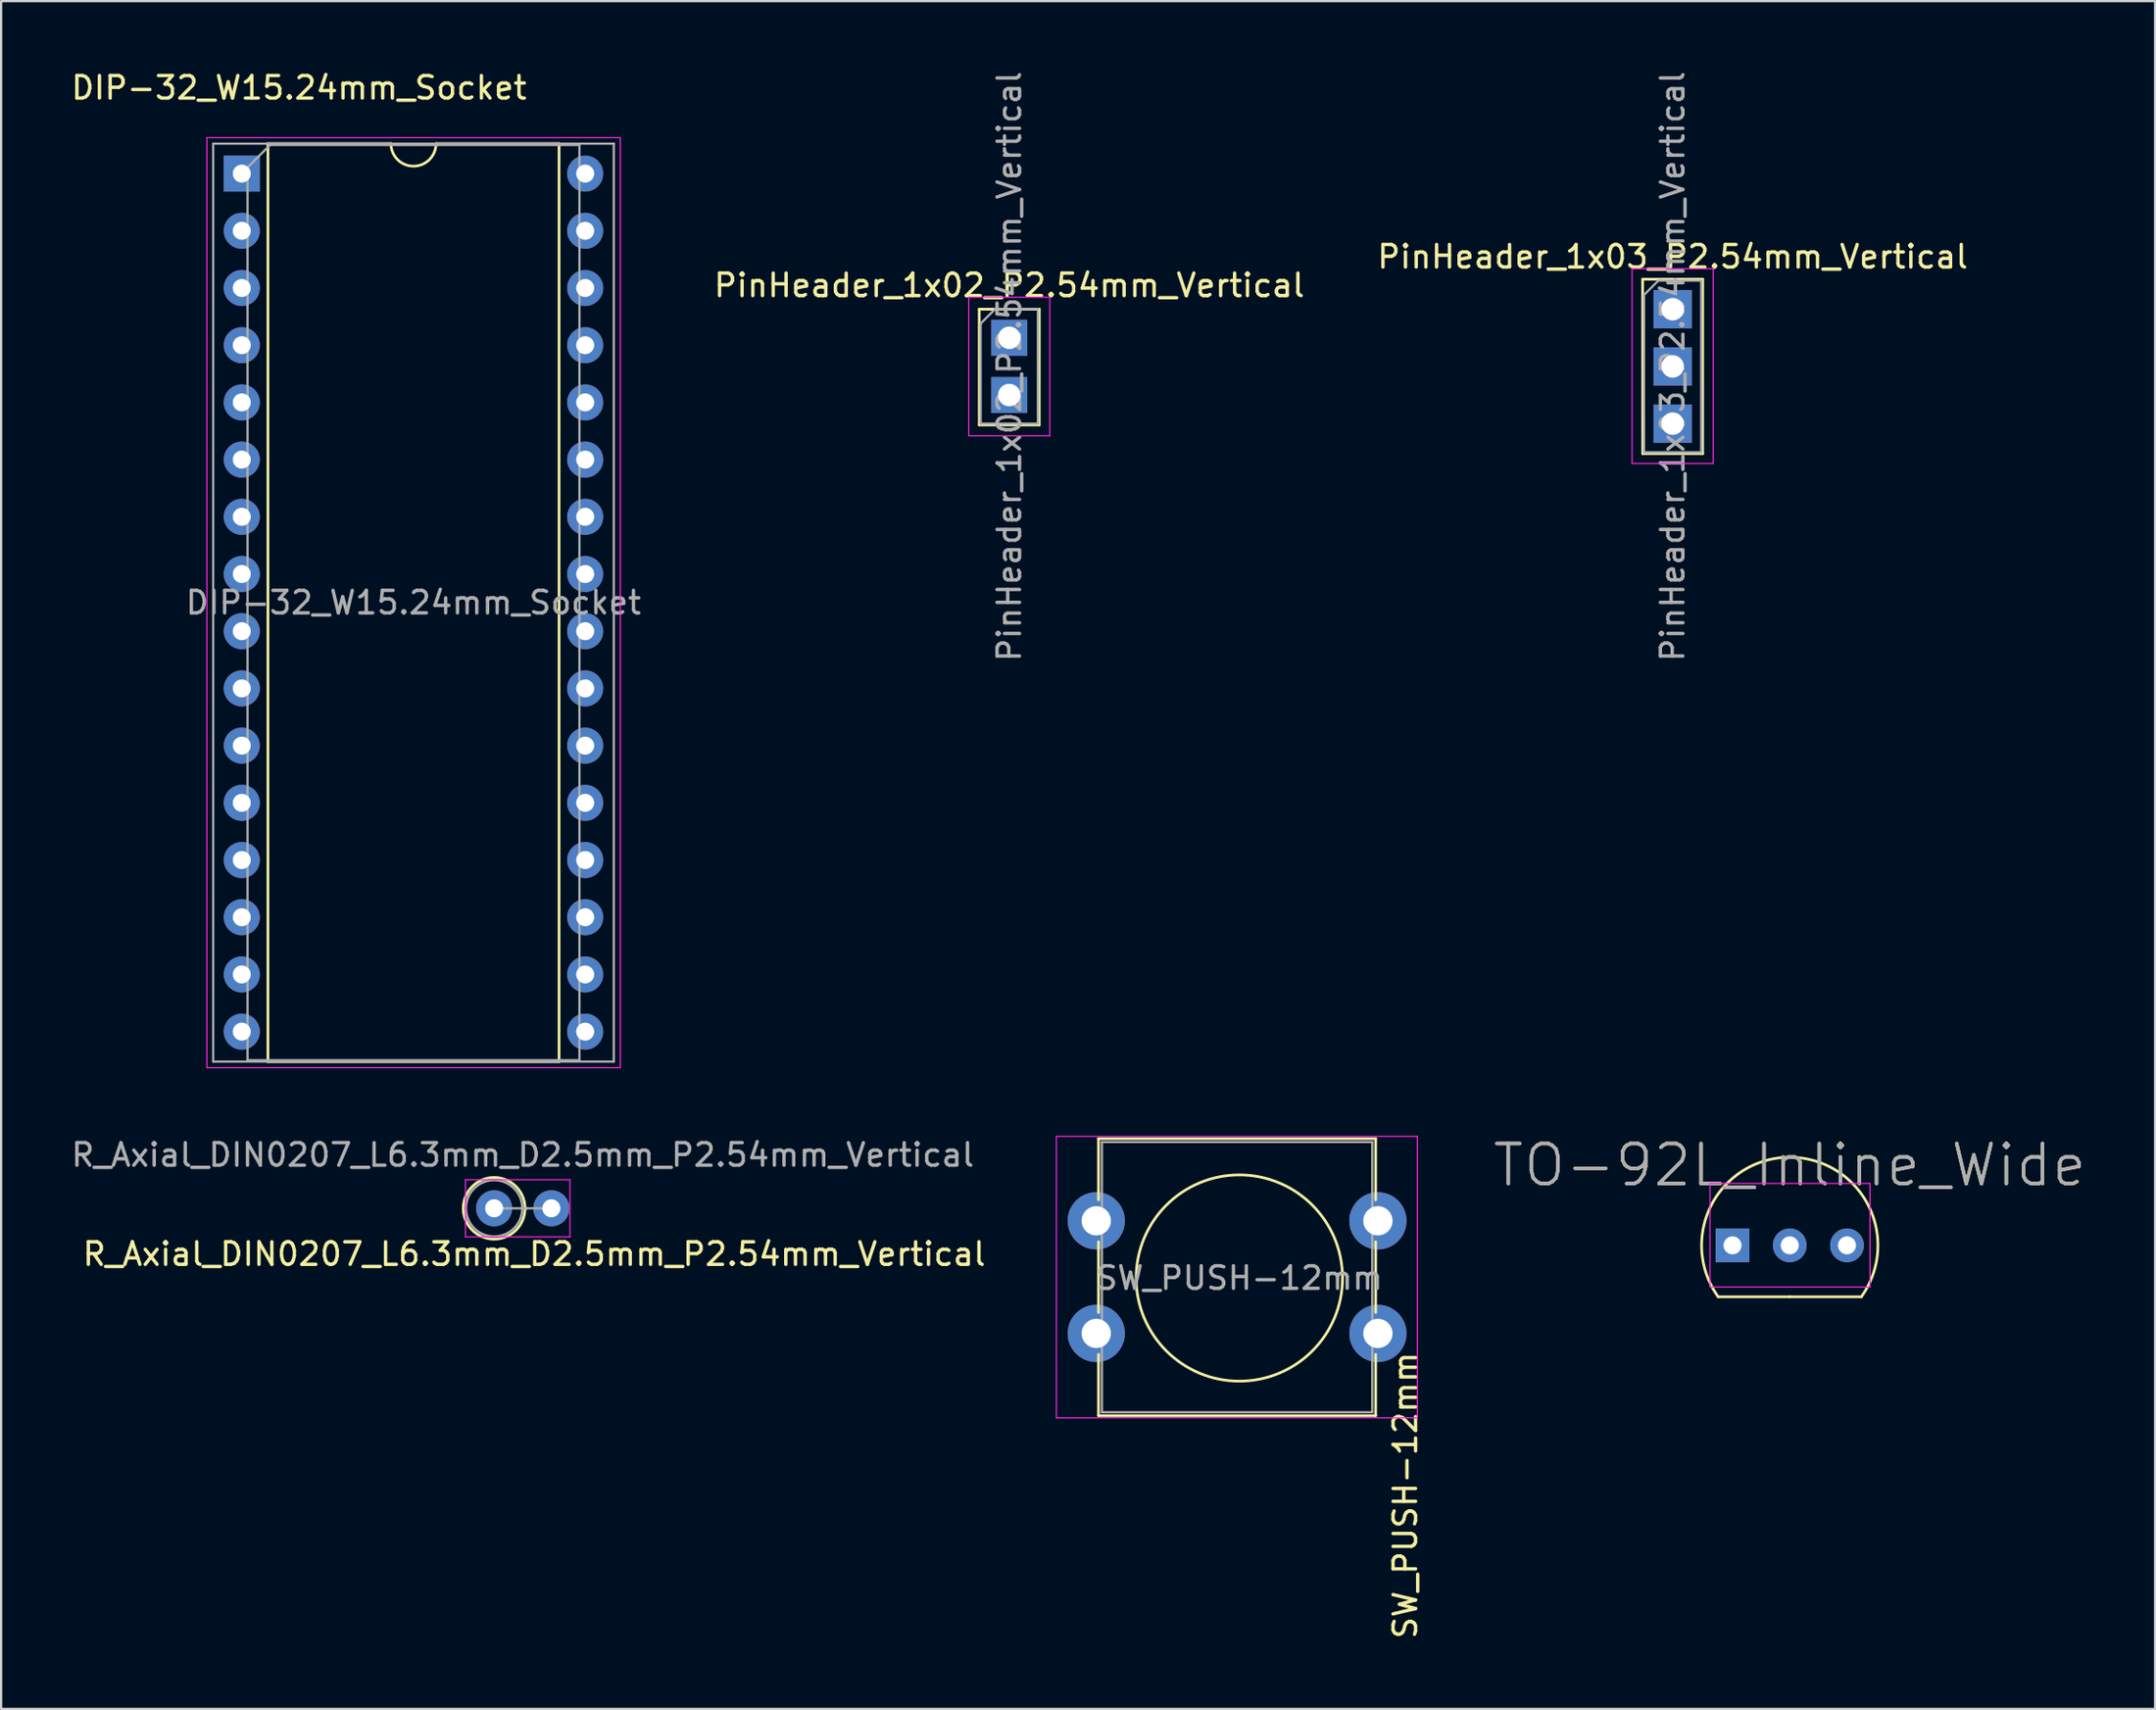
<source format=kicad_pcb>
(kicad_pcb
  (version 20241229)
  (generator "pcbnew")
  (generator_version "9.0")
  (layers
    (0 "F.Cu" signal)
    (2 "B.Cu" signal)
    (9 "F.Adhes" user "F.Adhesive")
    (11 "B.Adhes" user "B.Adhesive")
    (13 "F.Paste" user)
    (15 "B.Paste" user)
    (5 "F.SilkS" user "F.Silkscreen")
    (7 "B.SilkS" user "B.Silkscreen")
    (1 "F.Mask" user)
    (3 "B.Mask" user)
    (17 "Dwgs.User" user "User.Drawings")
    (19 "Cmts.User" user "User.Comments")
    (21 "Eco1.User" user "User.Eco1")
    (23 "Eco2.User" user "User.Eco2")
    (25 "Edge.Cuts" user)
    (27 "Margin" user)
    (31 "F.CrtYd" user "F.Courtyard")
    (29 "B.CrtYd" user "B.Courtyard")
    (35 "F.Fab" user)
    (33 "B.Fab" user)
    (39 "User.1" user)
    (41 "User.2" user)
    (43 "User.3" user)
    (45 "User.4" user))
  (footprint "PinHeader_1x02_P2.54mm_Vertical"
    (layer "F.Cu")
    (at 41.741 11.95)
    (property "Reference" "PinHeader_1x02_P2.54mm_Vertical" (at 0 -2.33 0) (layer "F.SilkS") (effects (font (size 1 1) (thickness 0.15))))
    (attr through_hole)
    (fp_line (start -1.333 -1.27) (end -1.33 3.87) (stroke (width 0.12) (type solid)) (layer "F.SilkS"))
    (fp_line (start -1.333 -1.27) (end 1.333 -1.27) (stroke (width 0.12) (type solid)) (layer "F.SilkS"))
    (fp_line (start -1.33 3.87) (end 1.33 3.87) (stroke (width 0.12) (type solid)) (layer "F.SilkS"))
    (fp_line (start 1.333 -1.27) (end 1.33 3.87) (stroke (width 0.12) (type solid)) (layer "F.SilkS"))
    (fp_line (start -1.8 -1.8) (end -1.8 4.35) (stroke (width 0.05) (type solid)) (layer "F.CrtYd"))
    (fp_line (start -1.8 4.35) (end 1.8 4.35) (stroke (width 0.05) (type solid)) (layer "F.CrtYd"))
    (fp_line (start 1.8 -1.8) (end -1.8 -1.8) (stroke (width 0.05) (type solid)) (layer "F.CrtYd"))
    (fp_line (start 1.8 4.35) (end 1.8 -1.8) (stroke (width 0.05) (type solid)) (layer "F.CrtYd"))
    (fp_line (start -1.27 -0.635) (end -0.635 -1.27) (stroke (width 0.1) (type solid)) (layer "F.Fab"))
    (fp_line (start -1.27 3.81) (end -1.27 -0.635) (stroke (width 0.1) (type solid)) (layer "F.Fab"))
    (fp_line (start -0.635 -1.27) (end 1.27 -1.27) (stroke (width 0.1) (type solid)) (layer "F.Fab"))
    (fp_line (start 1.27 -1.27) (end 1.27 3.81) (stroke (width 0.1) (type solid)) (layer "F.Fab"))
    (fp_line (start 1.27 3.81) (end -1.27 3.81) (stroke (width 0.1) (type solid)) (layer "F.Fab"))
    (fp_text user "${REFERENCE}" (at 0 1.27 90) (layer "F.Fab") (effects (font (size 1 1) (thickness 0.15))))
    (pad "1" thru_hole rect (at 0 0) (size 1.6 1.6) (drill 1) (layers "*.Cu" "*.Mask"))
    (pad "2" thru_hole rect (at 0 2.54) (size 1.6 1.6) (drill 1) (layers "*.Cu" "*.Mask")))
  (footprint "DIP-32_W15.24mm_Socket"
    (layer "F.Cu")
    (at 7.68 4.658)
    (property "Reference" "DIP-32_W15.24mm_Socket" (at 2.54 -3.81 180) (layer "F.SilkS") (effects (font (size 1 1) (thickness 0.15))))
    (attr through_hole)
    (fp_line (start 1.16 -1.33) (end 1.16 39.43) (stroke (width 0.12) (type solid)) (layer "F.SilkS"))
    (fp_line (start 1.16 39.43) (end 14.08 39.43) (stroke (width 0.12) (type solid)) (layer "F.SilkS"))
    (fp_line (start 6.62 -1.33) (end 1.16 -1.33) (stroke (width 0.12) (type solid)) (layer "F.SilkS"))
    (fp_line (start 14.08 -1.33) (end 8.62 -1.33) (stroke (width 0.12) (type solid)) (layer "F.SilkS"))
    (fp_line (start 14.08 39.43) (end 14.08 -1.33) (stroke (width 0.12) (type solid)) (layer "F.SilkS"))
    (fp_arc (start 8.62 -1.33) (mid 7.62 -0.33) (end 6.62 -1.33) (stroke (width 0.12) (type solid)) (layer "F.SilkS"))
    (fp_line (start -1.55 -1.6) (end -1.55 39.7) (stroke (width 0.05) (type solid)) (layer "F.CrtYd"))
    (fp_line (start -1.55 39.7) (end 16.8 39.7) (stroke (width 0.05) (type solid)) (layer "F.CrtYd"))
    (fp_line (start 16.8 -1.6) (end -1.55 -1.6) (stroke (width 0.05) (type solid)) (layer "F.CrtYd"))
    (fp_line (start 16.8 39.7) (end 16.8 -1.6) (stroke (width 0.05) (type solid)) (layer "F.CrtYd"))
    (fp_line (start -1.27 -1.33) (end -1.27 39.43) (stroke (width 0.1) (type solid)) (layer "F.Fab"))
    (fp_line (start -1.27 39.43) (end 16.51 39.43) (stroke (width 0.1) (type solid)) (layer "F.Fab"))
    (fp_line (start 0.255 -0.27) (end 1.255 -1.27) (stroke (width 0.1) (type solid)) (layer "F.Fab"))
    (fp_line (start 0.255 39.37) (end 0.255 -0.27) (stroke (width 0.1) (type solid)) (layer "F.Fab"))
    (fp_line (start 1.255 -1.27) (end 14.985 -1.27) (stroke (width 0.1) (type solid)) (layer "F.Fab"))
    (fp_line (start 14.985 -1.27) (end 14.985 39.37) (stroke (width 0.1) (type solid)) (layer "F.Fab"))
    (fp_line (start 14.985 39.37) (end 0.255 39.37) (stroke (width 0.1) (type solid)) (layer "F.Fab"))
    (fp_line (start 16.51 -1.33) (end -1.27 -1.33) (stroke (width 0.1) (type solid)) (layer "F.Fab"))
    (fp_line (start 16.51 39.43) (end 16.51 -1.33) (stroke (width 0.1) (type solid)) (layer "F.Fab"))
    (fp_text user "${REFERENCE}" (at 7.62 19.05 180) (layer "F.Fab") (effects (font (size 1 1) (thickness 0.15))))
    (pad "1" thru_hole rect (at 0 0) (size 1.6 1.6) (drill 0.8) (layers "*.Cu" "*.Mask"))
    (pad "2" thru_hole oval (at 0 2.54) (size 1.6 1.6) (drill 0.8) (layers "*.Cu" "*.Mask"))
    (pad "3" thru_hole oval (at 0 5.08) (size 1.6 1.6) (drill 0.8) (layers "*.Cu" "*.Mask"))
    (pad "4" thru_hole oval (at 0 7.62) (size 1.6 1.6) (drill 0.8) (layers "*.Cu" "*.Mask"))
    (pad "5" thru_hole oval (at 0 10.16) (size 1.6 1.6) (drill 0.8) (layers "*.Cu" "*.Mask"))
    (pad "6" thru_hole oval (at 0 12.7) (size 1.6 1.6) (drill 0.8) (layers "*.Cu" "*.Mask"))
    (pad "7" thru_hole oval (at 0 15.24) (size 1.6 1.6) (drill 0.8) (layers "*.Cu" "*.Mask"))
    (pad "8" thru_hole oval (at 0 17.78) (size 1.6 1.6) (drill 0.8) (layers "*.Cu" "*.Mask"))
    (pad "9" thru_hole oval (at 0 20.32) (size 1.6 1.6) (drill 0.8) (layers "*.Cu" "*.Mask"))
    (pad "10" thru_hole oval (at 0 22.86) (size 1.6 1.6) (drill 0.8) (layers "*.Cu" "*.Mask"))
    (pad "11" thru_hole oval (at 0 25.4) (size 1.6 1.6) (drill 0.8) (layers "*.Cu" "*.Mask"))
    (pad "12" thru_hole oval (at 0 27.94) (size 1.6 1.6) (drill 0.8) (layers "*.Cu" "*.Mask"))
    (pad "13" thru_hole oval (at 0 30.48) (size 1.6 1.6) (drill 0.8) (layers "*.Cu" "*.Mask"))
    (pad "14" thru_hole oval (at 0 33.02) (size 1.6 1.6) (drill 0.8) (layers "*.Cu" "*.Mask"))
    (pad "15" thru_hole oval (at 0 35.56) (size 1.6 1.6) (drill 0.8) (layers "*.Cu" "*.Mask"))
    (pad "16" thru_hole oval (at 0 38.1) (size 1.6 1.6) (drill 0.8) (layers "*.Cu" "*.Mask"))
    (pad "17" thru_hole oval (at 15.24 38.1) (size 1.6 1.6) (drill 0.8) (layers "*.Cu" "*.Mask"))
    (pad "18" thru_hole oval (at 15.24 35.56) (size 1.6 1.6) (drill 0.8) (layers "*.Cu" "*.Mask"))
    (pad "19" thru_hole oval (at 15.24 33.02) (size 1.6 1.6) (drill 0.8) (layers "*.Cu" "*.Mask"))
    (pad "20" thru_hole oval (at 15.24 30.48) (size 1.6 1.6) (drill 0.8) (layers "*.Cu" "*.Mask"))
    (pad "21" thru_hole oval (at 15.24 27.94) (size 1.6 1.6) (drill 0.8) (layers "*.Cu" "*.Mask"))
    (pad "22" thru_hole oval (at 15.24 25.4) (size 1.6 1.6) (drill 0.8) (layers "*.Cu" "*.Mask"))
    (pad "23" thru_hole oval (at 15.24 22.86) (size 1.6 1.6) (drill 0.8) (layers "*.Cu" "*.Mask"))
    (pad "24" thru_hole oval (at 15.24 20.32) (size 1.6 1.6) (drill 0.8) (layers "*.Cu" "*.Mask"))
    (pad "25" thru_hole oval (at 15.24 17.78) (size 1.6 1.6) (drill 0.8) (layers "*.Cu" "*.Mask"))
    (pad "26" thru_hole oval (at 15.24 15.24) (size 1.6 1.6) (drill 0.8) (layers "*.Cu" "*.Mask"))
    (pad "27" thru_hole oval (at 15.24 12.7) (size 1.6 1.6) (drill 0.8) (layers "*.Cu" "*.Mask"))
    (pad "28" thru_hole oval (at 15.24 10.16) (size 1.6 1.6) (drill 0.8) (layers "*.Cu" "*.Mask"))
    (pad "29" thru_hole oval (at 15.24 7.62) (size 1.6 1.6) (drill 0.8) (layers "*.Cu" "*.Mask"))
    (pad "30" thru_hole oval (at 15.24 5.08) (size 1.6 1.6) (drill 0.8) (layers "*.Cu" "*.Mask"))
    (pad "31" thru_hole oval (at 15.24 2.54) (size 1.6 1.6) (drill 0.8) (layers "*.Cu" "*.Mask"))
    (pad "32" thru_hole oval (at 15.24 0) (size 1.6 1.6) (drill 0.8) (layers "*.Cu" "*.Mask")))
  (footprint "PinHeader_1x03_P2.54mm_Vertical"
    (layer "F.Cu")
    (at 71.181 10.68)
    (property "Reference" "PinHeader_1x03_P2.54mm_Vertical" (at 0 -2.33 0) (layer "F.SilkS") (effects (font (size 1 1) (thickness 0.15))))
    (attr through_hole)
    (fp_line (start -1.333 -1.333) (end -1.33 6.41) (stroke (width 0.12) (type solid)) (layer "F.SilkS"))
    (fp_line (start -1.33 -1.333) (end 1.33 -1.333) (stroke (width 0.12) (type solid)) (layer "F.SilkS"))
    (fp_line (start -1.33 6.41) (end 1.33 6.41) (stroke (width 0.12) (type solid)) (layer "F.SilkS"))
    (fp_line (start 1.333 -1.333) (end 1.33 6.41) (stroke (width 0.12) (type solid)) (layer "F.SilkS"))
    (fp_line (start -1.8 -1.8) (end -1.8 6.85) (stroke (width 0.05) (type solid)) (layer "F.CrtYd"))
    (fp_line (start -1.8 6.85) (end 1.8 6.85) (stroke (width 0.05) (type solid)) (layer "F.CrtYd"))
    (fp_line (start 1.8 -1.8) (end -1.8 -1.8) (stroke (width 0.05) (type solid)) (layer "F.CrtYd"))
    (fp_line (start 1.8 6.85) (end 1.8 -1.8) (stroke (width 0.05) (type solid)) (layer "F.CrtYd"))
    (fp_line (start -1.27 -0.635) (end -0.635 -1.27) (stroke (width 0.1) (type solid)) (layer "F.Fab"))
    (fp_line (start -1.27 6.35) (end -1.27 -0.635) (stroke (width 0.1) (type solid)) (layer "F.Fab"))
    (fp_line (start -0.635 -1.27) (end 1.27 -1.27) (stroke (width 0.1) (type solid)) (layer "F.Fab"))
    (fp_line (start 1.27 -1.27) (end 1.27 6.35) (stroke (width 0.1) (type solid)) (layer "F.Fab"))
    (fp_line (start 1.27 6.35) (end -1.27 6.35) (stroke (width 0.1) (type solid)) (layer "F.Fab"))
    (fp_text user "${REFERENCE}" (at 0 2.54 90) (layer "F.Fab") (effects (font (size 1 1) (thickness 0.15))))
    (pad "1" thru_hole rect (at 0 0) (size 1.7 1.7) (drill 1) (layers "*.Cu" "*.Mask"))
    (pad "2" thru_hole rect (at 0 2.54) (size 1.7 1.7) (drill 1) (layers "*.Cu" "*.Mask"))
    (pad "3" thru_hole rect (at 0 5.08) (size 1.7 1.7) (drill 1) (layers "*.Cu" "*.Mask")))
  (footprint "TO-92L_Inline_Wide"
    (layer "F.Cu")
    (at 73.838 52.247)
    (property "Reference" "TO-92L_Inline_Wide" (at 2.54 -3.56 0) (layer "F.SilkS") (effects (font (size 1.778 1.778) (thickness 0.15))))
    (attr through_hole)
    (fp_line (start 2.54 2.286) (end -0.635 2.286) (stroke (width 0.12) (type solid)) (layer "F.SilkS"))
    (fp_line (start 2.54 2.286) (end 5.715 2.286) (stroke (width 0.12) (type solid)) (layer "F.SilkS"))
    (fp_arc (start -0.634999 2.285999) (mid 2.54 -3.912341) (end 5.714999 2.285999) (stroke (width 0.12) (type solid)) (layer "F.SilkS"))
    (fp_line (start -1 -2.75) (end -1 1.85) (stroke (width 0.05) (type solid)) (layer "F.CrtYd"))
    (fp_line (start -1 -2.75) (end 6.1 -2.75) (stroke (width 0.05) (type solid)) (layer "F.CrtYd"))
    (fp_line (start 6.1 1.85) (end -1 1.85) (stroke (width 0.05) (type solid)) (layer "F.CrtYd"))
    (fp_line (start 6.1 1.85) (end 6.1 -2.75) (stroke (width 0.05) (type solid)) (layer "F.CrtYd"))
    (fp_text user "${REFERENCE}" (at 2.54 -3.56 0) (layer "F.Fab") (effects (font (size 1.778 1.778) (thickness 0.15))))
    (pad "1" thru_hole rect (at 0 0 90) (size 1.5 1.5) (drill 0.8) (layers "*.Cu" "*.Mask"))
    (pad "2" thru_hole circle (at 2.54 0 90) (size 1.5 1.5) (drill 0.8) (layers "*.Cu" "*.Mask"))
    (pad "3" thru_hole circle (at 5.08 0 90) (size 1.5 1.5) (drill 0.8) (layers "*.Cu" "*.Mask")))
  (footprint "SW_PUSH-12mm"
    (layer "F.Cu")
    (at 45.601 51.158)
    (property "Reference" "SW_PUSH-12mm" (at 13.716 12.192 90) (layer "F.SilkS") (effects (font (size 1 1) (thickness 0.15))))
    (attr through_hole)
    (fp_line (start 0.1 -3.65) (end 12.4 -3.65) (stroke (width 0.12) (type solid)) (layer "F.SilkS"))
    (fp_line (start 0.1 -0.93) (end 0.1 -3.65) (stroke (width 0.12) (type solid)) (layer "F.SilkS"))
    (fp_line (start 0.1 4.07) (end 0.1 0.93) (stroke (width 0.12) (type solid)) (layer "F.SilkS"))
    (fp_line (start 0.1 8.65) (end 0.1 5.93) (stroke (width 0.12) (type solid)) (layer "F.SilkS"))
    (fp_line (start 12.4 -3.65) (end 12.4 -0.93) (stroke (width 0.12) (type solid)) (layer "F.SilkS"))
    (fp_line (start 12.4 0.93) (end 12.4 4.07) (stroke (width 0.12) (type solid)) (layer "F.SilkS"))
    (fp_line (start 12.4 5.93) (end 12.4 8.65) (stroke (width 0.12) (type solid)) (layer "F.SilkS"))
    (fp_line (start 12.4 8.65) (end 0.1 8.65) (stroke (width 0.12) (type solid)) (layer "F.SilkS"))
    (fp_circle (center 6.35 2.54) (end 10.16 5.08) (stroke (width 0.12) (type solid)) (fill no) (layer "F.SilkS"))
    (fp_line (start -1.77 -3.75) (end -1.77 8.75) (stroke (width 0.05) (type solid)) (layer "F.CrtYd"))
    (fp_line (start -1.77 -3.75) (end 14.25 -3.75) (stroke (width 0.05) (type solid)) (layer "F.CrtYd"))
    (fp_line (start 14.25 8.75) (end -1.77 8.75) (stroke (width 0.05) (type solid)) (layer "F.CrtYd"))
    (fp_line (start 14.25 8.75) (end 14.25 -3.75) (stroke (width 0.05) (type solid)) (layer "F.CrtYd"))
    (fp_line (start 0.25 -3.5) (end 0.25 8.5) (stroke (width 0.1) (type solid)) (layer "F.Fab"))
    (fp_line (start 0.25 -3.5) (end 12.25 -3.5) (stroke (width 0.1) (type solid)) (layer "F.Fab"))
    (fp_line (start 0.25 8.5) (end 12.25 8.5) (stroke (width 0.1) (type solid)) (layer "F.Fab"))
    (fp_line (start 12.25 -3.5) (end 12.25 8.5) (stroke (width 0.1) (type solid)) (layer "F.Fab"))
    (fp_text user "${REFERENCE}" (at 6.35 2.54 180) (layer "F.Fab") (effects (font (size 1 1) (thickness 0.15))))
    (pad "" thru_hole circle (at 12.5 0) (size 2.54 2.54) (drill 1.3) (layers "*.Cu" "*.Mask"))
    (pad "" thru_hole circle (at 12.5 5) (size 2.54 2.54) (drill 1.3) (layers "*.Cu" "*.Mask"))
    (pad "1" thru_hole circle (at 0 0) (size 2.54 2.54) (drill 1.3) (layers "*.Cu" "*.Mask"))
    (pad "2" thru_hole circle (at 0 5) (size 2.54 2.54) (drill 1.3) (layers "*.Cu" "*.Mask")))
  (footprint "R_Axial_DIN0207_L6.3mm_D2.5mm_P2.54mm_Vertical"
    (layer "F.Cu")
    (at 18.879 50.602)
    (property "Reference" "R_Axial_DIN0207_L6.3mm_D2.5mm_P2.54mm_Vertical" (at 1.778 2.032 0) (layer "F.SilkS") (effects (font (size 1 1) (thickness 0.15))))
    (attr through_hole)
    (fp_line (start 1.37 0) (end 1.44 0) (stroke (width 0.12) (type solid)) (layer "F.SilkS"))
    (fp_circle (center 0 0) (end 1.37 0) (stroke (width 0.12) (type solid)) (fill no) (layer "F.SilkS"))
    (fp_line (start -1.27 -1.27) (end -1.27 1.27) (stroke (width 0.05) (type solid)) (layer "F.CrtYd"))
    (fp_line (start -1.27 1.27) (end 3.365 1.27) (stroke (width 0.05) (type solid)) (layer "F.CrtYd"))
    (fp_line (start 3.365 -1.27) (end -1.27 -1.27) (stroke (width 0.05) (type solid)) (layer "F.CrtYd"))
    (fp_line (start 3.365 1.27) (end 3.365 -1.27) (stroke (width 0.05) (type solid)) (layer "F.CrtYd"))
    (fp_line (start 0 0) (end 2.54 0) (stroke (width 0.1) (type solid)) (layer "F.Fab"))
    (fp_circle (center 0 0) (end 1.25 0) (stroke (width 0.1) (type solid)) (fill no) (layer "F.Fab"))
    (fp_text user "${REFERENCE}" (at 1.27 -2.37 0) (layer "F.Fab") (effects (font (size 1 1) (thickness 0.15))))
    (pad "1" thru_hole circle (at 0 0) (size 1.6 1.6) (drill 0.8) (layers "*.Cu" "*.Mask"))
    (pad "2" thru_hole oval (at 2.54 0) (size 1.6 1.6) (drill 0.8) (layers "*.Cu" "*.Mask")))
  (gr_rect
    (start -3 -3)
    (end 92.591 72.832)
    (stroke (width 0.1) (type default))
    (fill no)
    (layer "Edge.Cuts")))
</source>
